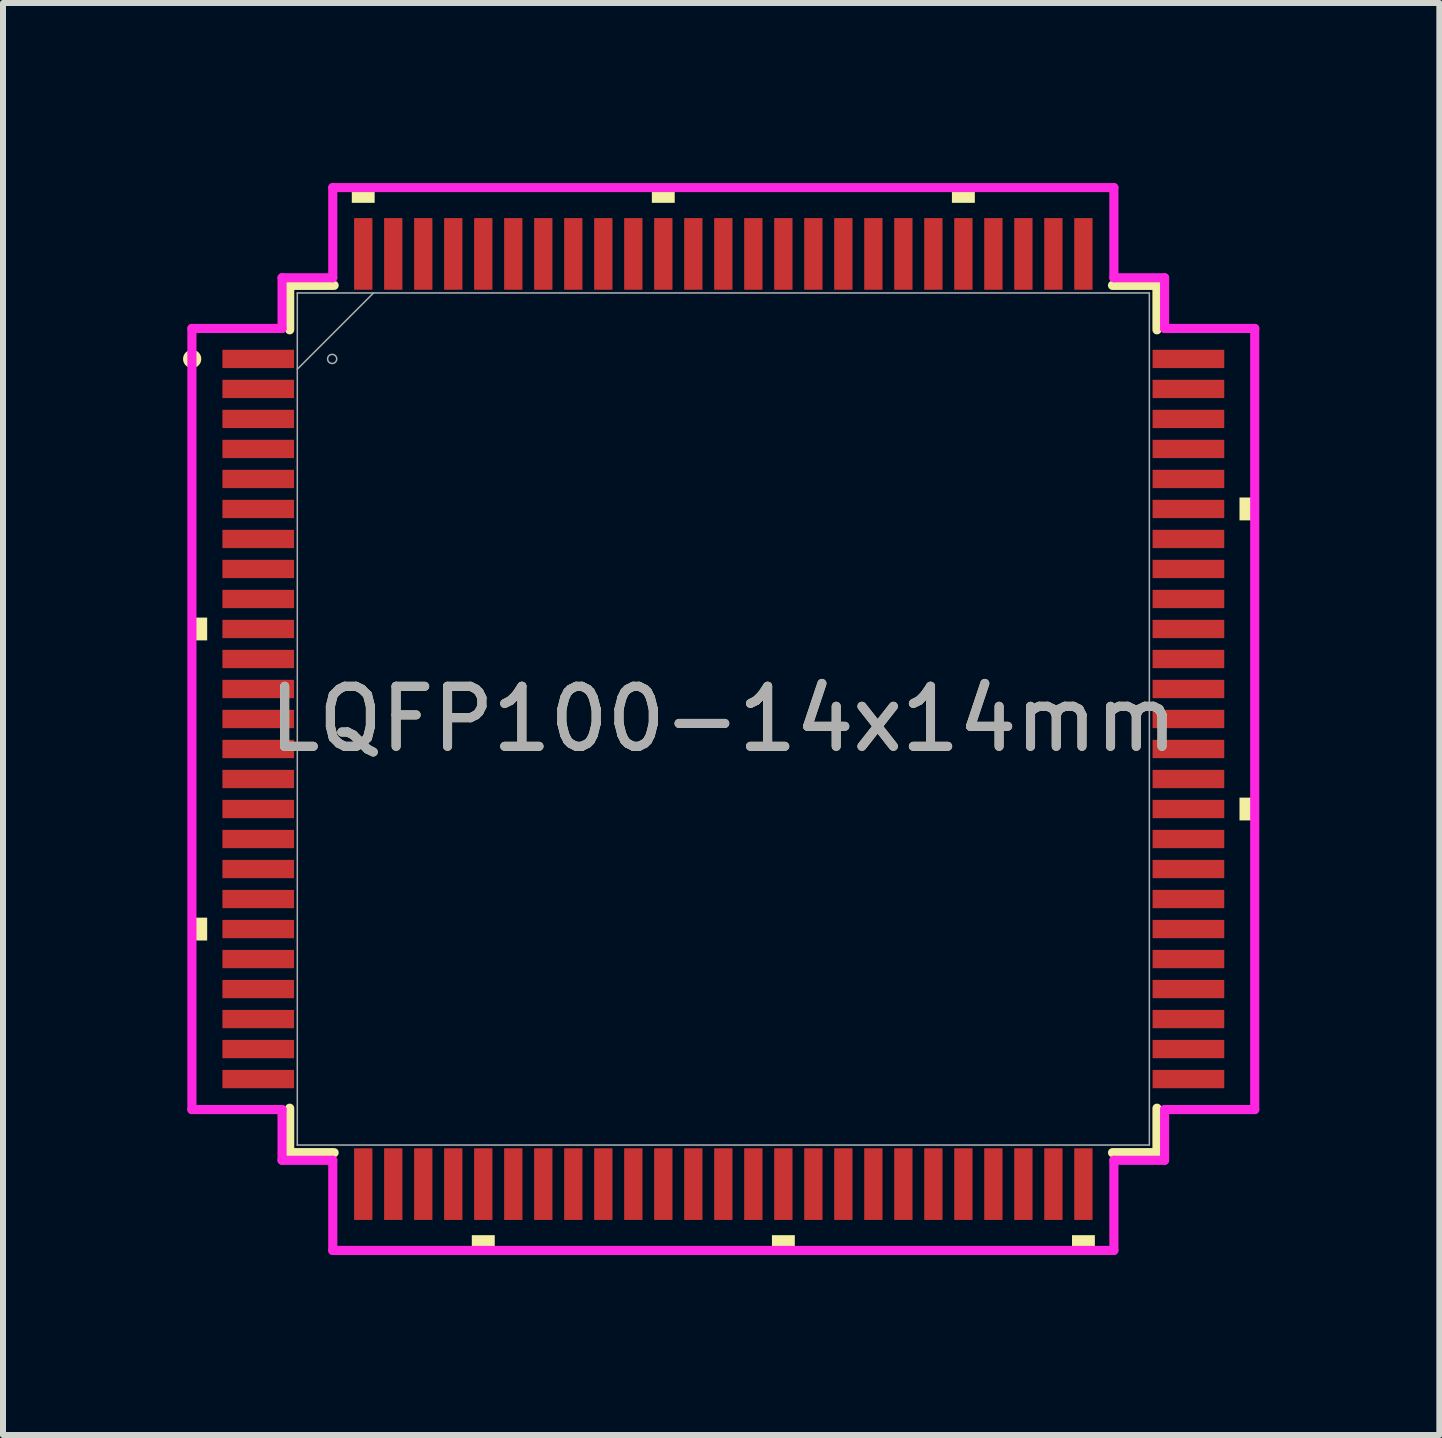
<source format=kicad_pcb>
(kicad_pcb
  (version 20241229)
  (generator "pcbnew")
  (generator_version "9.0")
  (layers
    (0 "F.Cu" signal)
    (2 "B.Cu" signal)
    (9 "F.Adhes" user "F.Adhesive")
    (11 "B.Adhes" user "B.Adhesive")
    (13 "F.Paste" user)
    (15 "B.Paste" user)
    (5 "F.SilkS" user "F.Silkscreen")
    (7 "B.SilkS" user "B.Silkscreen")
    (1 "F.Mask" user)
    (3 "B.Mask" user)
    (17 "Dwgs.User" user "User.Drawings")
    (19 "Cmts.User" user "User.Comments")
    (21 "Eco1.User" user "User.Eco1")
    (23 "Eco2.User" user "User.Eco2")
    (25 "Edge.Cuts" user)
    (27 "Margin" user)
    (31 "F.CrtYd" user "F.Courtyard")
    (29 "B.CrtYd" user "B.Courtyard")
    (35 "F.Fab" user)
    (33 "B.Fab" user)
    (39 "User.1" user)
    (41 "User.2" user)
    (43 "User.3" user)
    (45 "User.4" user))
  (footprint "LQFP100-14x14mm"
    (layer "F.Cu")
    (at 9.003 8.931)
    (property "Reference" "LQFP100-14x14mm" (at 0 0 0) (unlocked yes) (layer "F.SilkS") (effects (font (size 1 1) (thickness 0.15))))
    (attr smd)
    (fp_line (start -7.226 -7.226) (end -7.226 -6.485) (stroke (width 0.152) (type solid)) (layer "F.SilkS"))
    (fp_line (start -7.226 6.485) (end -7.226 7.226) (stroke (width 0.152) (type solid)) (layer "F.SilkS"))
    (fp_line (start -7.226 7.226) (end -6.485 7.226) (stroke (width 0.152) (type solid)) (layer "F.SilkS"))
    (fp_line (start -6.485 -7.226) (end -7.226 -7.226) (stroke (width 0.152) (type solid)) (layer "F.SilkS"))
    (fp_line (start 6.485 7.226) (end 7.226 7.226) (stroke (width 0.152) (type solid)) (layer "F.SilkS"))
    (fp_line (start 7.226 -7.226) (end 6.485 -7.226) (stroke (width 0.152) (type solid)) (layer "F.SilkS"))
    (fp_line (start 7.226 -6.485) (end 7.226 -7.226) (stroke (width 0.152) (type solid)) (layer "F.SilkS"))
    (fp_line (start 7.226 7.226) (end 7.226 6.485) (stroke (width 0.152) (type solid)) (layer "F.SilkS"))
    (fp_circle (center -8.851 -6) (end -8.775 -6) (stroke (width 0.152) (type solid)) (fill no) (layer "F.SilkS"))
    (fp_poly (pts (xy -8.855 -1.69) (xy -8.855 -1.31) (xy -8.601 -1.31) (xy -8.601 -1.69)) (stroke (width 0) (type solid)) (fill yes) (layer "F.SilkS"))
    (fp_poly (pts (xy -8.855 3.31) (xy -8.855 3.691) (xy -8.601 3.691) (xy -8.601 3.31)) (stroke (width 0) (type solid)) (fill yes) (layer "F.SilkS"))
    (fp_poly (pts (xy -6.191 -8.601) (xy -6.191 -8.855) (xy -5.81 -8.855) (xy -5.81 -8.601)) (stroke (width 0) (type solid)) (fill yes) (layer "F.SilkS"))
    (fp_poly (pts (xy -4.191 8.601) (xy -4.191 8.855) (xy -3.809 8.855) (xy -3.809 8.601)) (stroke (width 0) (type solid)) (fill yes) (layer "F.SilkS"))
    (fp_poly (pts (xy -1.191 -8.601) (xy -1.191 -8.855) (xy -0.81 -8.855) (xy -0.81 -8.601)) (stroke (width 0) (type solid)) (fill yes) (layer "F.SilkS"))
    (fp_poly (pts (xy 0.81 8.601) (xy 0.81 8.855) (xy 1.191 8.855) (xy 1.191 8.601)) (stroke (width 0) (type solid)) (fill yes) (layer "F.SilkS"))
    (fp_poly (pts (xy 3.809 -8.601) (xy 3.809 -8.855) (xy 4.191 -8.855) (xy 4.191 -8.601)) (stroke (width 0) (type solid)) (fill yes) (layer "F.SilkS"))
    (fp_poly (pts (xy 5.81 8.601) (xy 5.81 8.855) (xy 6.191 8.855) (xy 6.191 8.601)) (stroke (width 0) (type solid)) (fill yes) (layer "F.SilkS"))
    (fp_poly (pts (xy 8.855 -3.691) (xy 8.855 -3.31) (xy 8.601 -3.31) (xy 8.601 -3.691)) (stroke (width 0) (type solid)) (fill yes) (layer "F.SilkS"))
    (fp_poly (pts (xy 8.855 1.31) (xy 8.855 1.69) (xy 8.601 1.69) (xy 8.601 1.31)) (stroke (width 0) (type solid)) (fill yes) (layer "F.SilkS"))
    (fp_line (start -8.855 -6.508) (end -7.353 -6.508) (stroke (width 0.152) (type solid)) (layer "F.CrtYd"))
    (fp_line (start -8.855 6.508) (end -8.855 -6.508) (stroke (width 0.152) (type solid)) (layer "F.CrtYd"))
    (fp_line (start -7.353 -7.353) (end -6.508 -7.353) (stroke (width 0.152) (type solid)) (layer "F.CrtYd"))
    (fp_line (start -7.353 -6.508) (end -7.353 -7.353) (stroke (width 0.152) (type solid)) (layer "F.CrtYd"))
    (fp_line (start -7.353 6.508) (end -8.855 6.508) (stroke (width 0.152) (type solid)) (layer "F.CrtYd"))
    (fp_line (start -7.353 7.353) (end -7.353 6.508) (stroke (width 0.152) (type solid)) (layer "F.CrtYd"))
    (fp_line (start -6.508 -8.855) (end 6.508 -8.855) (stroke (width 0.152) (type solid)) (layer "F.CrtYd"))
    (fp_line (start -6.508 -7.353) (end -6.508 -8.855) (stroke (width 0.152) (type solid)) (layer "F.CrtYd"))
    (fp_line (start -6.508 7.353) (end -7.353 7.353) (stroke (width 0.152) (type solid)) (layer "F.CrtYd"))
    (fp_line (start -6.508 8.855) (end -6.508 7.353) (stroke (width 0.152) (type solid)) (layer "F.CrtYd"))
    (fp_line (start 6.508 -8.855) (end 6.508 -7.353) (stroke (width 0.152) (type solid)) (layer "F.CrtYd"))
    (fp_line (start 6.508 -7.353) (end 7.353 -7.353) (stroke (width 0.152) (type solid)) (layer "F.CrtYd"))
    (fp_line (start 6.508 7.353) (end 6.508 8.855) (stroke (width 0.152) (type solid)) (layer "F.CrtYd"))
    (fp_line (start 6.508 8.855) (end -6.508 8.855) (stroke (width 0.152) (type solid)) (layer "F.CrtYd"))
    (fp_line (start 7.353 -7.353) (end 7.353 -6.508) (stroke (width 0.152) (type solid)) (layer "F.CrtYd"))
    (fp_line (start 7.353 -6.508) (end 8.855 -6.508) (stroke (width 0.152) (type solid)) (layer "F.CrtYd"))
    (fp_line (start 7.353 6.508) (end 7.353 7.353) (stroke (width 0.152) (type solid)) (layer "F.CrtYd"))
    (fp_line (start 7.353 7.353) (end 6.508 7.353) (stroke (width 0.152) (type solid)) (layer "F.CrtYd"))
    (fp_line (start 8.855 -6.508) (end 8.855 6.508) (stroke (width 0.152) (type solid)) (layer "F.CrtYd"))
    (fp_line (start 8.855 6.508) (end 7.353 6.508) (stroke (width 0.152) (type solid)) (layer "F.CrtYd"))
    (fp_line (start -7.099 -7.099) (end -7.099 7.099) (stroke (width 0.025) (type solid)) (layer "F.Fab"))
    (fp_line (start -7.099 -5.829) (end -5.829 -7.099) (stroke (width 0.025) (type solid)) (layer "F.Fab"))
    (fp_line (start -7.099 7.099) (end 7.099 7.099) (stroke (width 0.025) (type solid)) (layer "F.Fab"))
    (fp_line (start 7.099 -7.099) (end -7.099 -7.099) (stroke (width 0.025) (type solid)) (layer "F.Fab"))
    (fp_line (start 7.099 7.099) (end 7.099 -7.099) (stroke (width 0.025) (type solid)) (layer "F.Fab"))
    (fp_circle (center -6.518 -6) (end -6.442 -6) (stroke (width 0.025) (type solid)) (fill no) (layer "F.Fab"))
    (fp_text user "${REFERENCE}" (at 0 0 0) (unlocked yes) (layer "F.Fab") (effects (font (size 1 1) (thickness 0.15))))
    (pad "1" smd rect (at -7.75 -6) (size 1.194 0.305) (layers "F.Cu" "F.Mask" "F.Paste"))
    (pad "2" smd rect (at -7.75 -5.5) (size 1.194 0.305) (layers "F.Cu" "F.Mask" "F.Paste"))
    (pad "3" smd rect (at -7.75 -5) (size 1.194 0.305) (layers "F.Cu" "F.Mask" "F.Paste"))
    (pad "4" smd rect (at -7.75 -4.5) (size 1.194 0.305) (layers "F.Cu" "F.Mask" "F.Paste"))
    (pad "5" smd rect (at -7.75 -4) (size 1.194 0.305) (layers "F.Cu" "F.Mask" "F.Paste"))
    (pad "6" smd rect (at -7.75 -3.5) (size 1.194 0.305) (layers "F.Cu" "F.Mask" "F.Paste"))
    (pad "7" smd rect (at -7.75 -3) (size 1.194 0.305) (layers "F.Cu" "F.Mask" "F.Paste"))
    (pad "8" smd rect (at -7.75 -2.5) (size 1.194 0.305) (layers "F.Cu" "F.Mask" "F.Paste"))
    (pad "9" smd rect (at -7.75 -2) (size 1.194 0.305) (layers "F.Cu" "F.Mask" "F.Paste"))
    (pad "10" smd rect (at -7.75 -1.5) (size 1.194 0.305) (layers "F.Cu" "F.Mask" "F.Paste"))
    (pad "11" smd rect (at -7.75 -1) (size 1.194 0.305) (layers "F.Cu" "F.Mask" "F.Paste"))
    (pad "12" smd rect (at -7.75 -0.5) (size 1.194 0.305) (layers "F.Cu" "F.Mask" "F.Paste"))
    (pad "13" smd rect (at -7.75 0) (size 1.194 0.305) (layers "F.Cu" "F.Mask" "F.Paste"))
    (pad "14" smd rect (at -7.75 0.5) (size 1.194 0.305) (layers "F.Cu" "F.Mask" "F.Paste"))
    (pad "15" smd rect (at -7.75 1) (size 1.194 0.305) (layers "F.Cu" "F.Mask" "F.Paste"))
    (pad "16" smd rect (at -7.75 1.5) (size 1.194 0.305) (layers "F.Cu" "F.Mask" "F.Paste"))
    (pad "17" smd rect (at -7.75 2) (size 1.194 0.305) (layers "F.Cu" "F.Mask" "F.Paste"))
    (pad "18" smd rect (at -7.75 2.5) (size 1.194 0.305) (layers "F.Cu" "F.Mask" "F.Paste"))
    (pad "19" smd rect (at -7.75 3) (size 1.194 0.305) (layers "F.Cu" "F.Mask" "F.Paste"))
    (pad "20" smd rect (at -7.75 3.5) (size 1.194 0.305) (layers "F.Cu" "F.Mask" "F.Paste"))
    (pad "21" smd rect (at -7.75 4) (size 1.194 0.305) (layers "F.Cu" "F.Mask" "F.Paste"))
    (pad "22" smd rect (at -7.75 4.5) (size 1.194 0.305) (layers "F.Cu" "F.Mask" "F.Paste"))
    (pad "23" smd rect (at -7.75 5) (size 1.194 0.305) (layers "F.Cu" "F.Mask" "F.Paste"))
    (pad "24" smd rect (at -7.75 5.5) (size 1.194 0.305) (layers "F.Cu" "F.Mask" "F.Paste"))
    (pad "25" smd rect (at -7.75 6) (size 1.194 0.305) (layers "F.Cu" "F.Mask" "F.Paste"))
    (pad "26" smd rect (at -6 7.75 90) (size 1.194 0.305) (layers "F.Cu" "F.Mask" "F.Paste"))
    (pad "27" smd rect (at -5.5 7.75 90) (size 1.194 0.305) (layers "F.Cu" "F.Mask" "F.Paste"))
    (pad "28" smd rect (at -5 7.75 90) (size 1.194 0.305) (layers "F.Cu" "F.Mask" "F.Paste"))
    (pad "29" smd rect (at -4.5 7.75 90) (size 1.194 0.305) (layers "F.Cu" "F.Mask" "F.Paste"))
    (pad "30" smd rect (at -4 7.75 90) (size 1.194 0.305) (layers "F.Cu" "F.Mask" "F.Paste"))
    (pad "31" smd rect (at -3.5 7.75 90) (size 1.194 0.305) (layers "F.Cu" "F.Mask" "F.Paste"))
    (pad "32" smd rect (at -3 7.75 90) (size 1.194 0.305) (layers "F.Cu" "F.Mask" "F.Paste"))
    (pad "33" smd rect (at -2.5 7.75 90) (size 1.194 0.305) (layers "F.Cu" "F.Mask" "F.Paste"))
    (pad "34" smd rect (at -2 7.75 90) (size 1.194 0.305) (layers "F.Cu" "F.Mask" "F.Paste"))
    (pad "35" smd rect (at -1.5 7.75 90) (size 1.194 0.305) (layers "F.Cu" "F.Mask" "F.Paste"))
    (pad "36" smd rect (at -1 7.75 90) (size 1.194 0.305) (layers "F.Cu" "F.Mask" "F.Paste"))
    (pad "37" smd rect (at -0.5 7.75 90) (size 1.194 0.305) (layers "F.Cu" "F.Mask" "F.Paste"))
    (pad "38" smd rect (at 0 7.75 90) (size 1.194 0.305) (layers "F.Cu" "F.Mask" "F.Paste"))
    (pad "39" smd rect (at 0.5 7.75 90) (size 1.194 0.305) (layers "F.Cu" "F.Mask" "F.Paste"))
    (pad "40" smd rect (at 1 7.75 90) (size 1.194 0.305) (layers "F.Cu" "F.Mask" "F.Paste"))
    (pad "41" smd rect (at 1.5 7.75 90) (size 1.194 0.305) (layers "F.Cu" "F.Mask" "F.Paste"))
    (pad "42" smd rect (at 2 7.75 90) (size 1.194 0.305) (layers "F.Cu" "F.Mask" "F.Paste"))
    (pad "43" smd rect (at 2.5 7.75 90) (size 1.194 0.305) (layers "F.Cu" "F.Mask" "F.Paste"))
    (pad "44" smd rect (at 3 7.75 90) (size 1.194 0.305) (layers "F.Cu" "F.Mask" "F.Paste"))
    (pad "45" smd rect (at 3.5 7.75 90) (size 1.194 0.305) (layers "F.Cu" "F.Mask" "F.Paste"))
    (pad "46" smd rect (at 4 7.75 90) (size 1.194 0.305) (layers "F.Cu" "F.Mask" "F.Paste"))
    (pad "47" smd rect (at 4.5 7.75 90) (size 1.194 0.305) (layers "F.Cu" "F.Mask" "F.Paste"))
    (pad "48" smd rect (at 5 7.75 90) (size 1.194 0.305) (layers "F.Cu" "F.Mask" "F.Paste"))
    (pad "49" smd rect (at 5.5 7.75 90) (size 1.194 0.305) (layers "F.Cu" "F.Mask" "F.Paste"))
    (pad "50" smd rect (at 6 7.75 90) (size 1.194 0.305) (layers "F.Cu" "F.Mask" "F.Paste"))
    (pad "51" smd rect (at 7.75 6) (size 1.194 0.305) (layers "F.Cu" "F.Mask" "F.Paste"))
    (pad "52" smd rect (at 7.75 5.5) (size 1.194 0.305) (layers "F.Cu" "F.Mask" "F.Paste"))
    (pad "53" smd rect (at 7.75 5) (size 1.194 0.305) (layers "F.Cu" "F.Mask" "F.Paste"))
    (pad "54" smd rect (at 7.75 4.5) (size 1.194 0.305) (layers "F.Cu" "F.Mask" "F.Paste"))
    (pad "55" smd rect (at 7.75 4) (size 1.194 0.305) (layers "F.Cu" "F.Mask" "F.Paste"))
    (pad "56" smd rect (at 7.75 3.5) (size 1.194 0.305) (layers "F.Cu" "F.Mask" "F.Paste"))
    (pad "57" smd rect (at 7.75 3) (size 1.194 0.305) (layers "F.Cu" "F.Mask" "F.Paste"))
    (pad "58" smd rect (at 7.75 2.5) (size 1.194 0.305) (layers "F.Cu" "F.Mask" "F.Paste"))
    (pad "59" smd rect (at 7.75 2) (size 1.194 0.305) (layers "F.Cu" "F.Mask" "F.Paste"))
    (pad "60" smd rect (at 7.75 1.5) (size 1.194 0.305) (layers "F.Cu" "F.Mask" "F.Paste"))
    (pad "61" smd rect (at 7.75 1) (size 1.194 0.305) (layers "F.Cu" "F.Mask" "F.Paste"))
    (pad "62" smd rect (at 7.75 0.5) (size 1.194 0.305) (layers "F.Cu" "F.Mask" "F.Paste"))
    (pad "63" smd rect (at 7.75 0) (size 1.194 0.305) (layers "F.Cu" "F.Mask" "F.Paste"))
    (pad "64" smd rect (at 7.75 -0.5) (size 1.194 0.305) (layers "F.Cu" "F.Mask" "F.Paste"))
    (pad "65" smd rect (at 7.75 -1) (size 1.194 0.305) (layers "F.Cu" "F.Mask" "F.Paste"))
    (pad "66" smd rect (at 7.75 -1.5) (size 1.194 0.305) (layers "F.Cu" "F.Mask" "F.Paste"))
    (pad "67" smd rect (at 7.75 -2) (size 1.194 0.305) (layers "F.Cu" "F.Mask" "F.Paste"))
    (pad "68" smd rect (at 7.75 -2.5) (size 1.194 0.305) (layers "F.Cu" "F.Mask" "F.Paste"))
    (pad "69" smd rect (at 7.75 -3) (size 1.194 0.305) (layers "F.Cu" "F.Mask" "F.Paste"))
    (pad "70" smd rect (at 7.75 -3.5) (size 1.194 0.305) (layers "F.Cu" "F.Mask" "F.Paste"))
    (pad "71" smd rect (at 7.75 -4) (size 1.194 0.305) (layers "F.Cu" "F.Mask" "F.Paste"))
    (pad "72" smd rect (at 7.75 -4.5) (size 1.194 0.305) (layers "F.Cu" "F.Mask" "F.Paste"))
    (pad "73" smd rect (at 7.75 -5) (size 1.194 0.305) (layers "F.Cu" "F.Mask" "F.Paste"))
    (pad "74" smd rect (at 7.75 -5.5) (size 1.194 0.305) (layers "F.Cu" "F.Mask" "F.Paste"))
    (pad "75" smd rect (at 7.75 -6) (size 1.194 0.305) (layers "F.Cu" "F.Mask" "F.Paste"))
    (pad "76" smd rect (at 6 -7.75 90) (size 1.194 0.305) (layers "F.Cu" "F.Mask" "F.Paste"))
    (pad "77" smd rect (at 5.5 -7.75 90) (size 1.194 0.305) (layers "F.Cu" "F.Mask" "F.Paste"))
    (pad "78" smd rect (at 5 -7.75 90) (size 1.194 0.305) (layers "F.Cu" "F.Mask" "F.Paste"))
    (pad "79" smd rect (at 4.5 -7.75 90) (size 1.194 0.305) (layers "F.Cu" "F.Mask" "F.Paste"))
    (pad "80" smd rect (at 4 -7.75 90) (size 1.194 0.305) (layers "F.Cu" "F.Mask" "F.Paste"))
    (pad "81" smd rect (at 3.5 -7.75 90) (size 1.194 0.305) (layers "F.Cu" "F.Mask" "F.Paste"))
    (pad "82" smd rect (at 3 -7.75 90) (size 1.194 0.305) (layers "F.Cu" "F.Mask" "F.Paste"))
    (pad "83" smd rect (at 2.5 -7.75 90) (size 1.194 0.305) (layers "F.Cu" "F.Mask" "F.Paste"))
    (pad "84" smd rect (at 2 -7.75 90) (size 1.194 0.305) (layers "F.Cu" "F.Mask" "F.Paste"))
    (pad "85" smd rect (at 1.5 -7.75 90) (size 1.194 0.305) (layers "F.Cu" "F.Mask" "F.Paste"))
    (pad "86" smd rect (at 1 -7.75 90) (size 1.194 0.305) (layers "F.Cu" "F.Mask" "F.Paste"))
    (pad "87" smd rect (at 0.5 -7.75 90) (size 1.194 0.305) (layers "F.Cu" "F.Mask" "F.Paste"))
    (pad "88" smd rect (at 0 -7.75 90) (size 1.194 0.305) (layers "F.Cu" "F.Mask" "F.Paste"))
    (pad "89" smd rect (at -0.5 -7.75 90) (size 1.194 0.305) (layers "F.Cu" "F.Mask" "F.Paste"))
    (pad "90" smd rect (at -1 -7.75 90) (size 1.194 0.305) (layers "F.Cu" "F.Mask" "F.Paste"))
    (pad "91" smd rect (at -1.5 -7.75 90) (size 1.194 0.305) (layers "F.Cu" "F.Mask" "F.Paste"))
    (pad "92" smd rect (at -2 -7.75 90) (size 1.194 0.305) (layers "F.Cu" "F.Mask" "F.Paste"))
    (pad "93" smd rect (at -2.5 -7.75 90) (size 1.194 0.305) (layers "F.Cu" "F.Mask" "F.Paste"))
    (pad "94" smd rect (at -3 -7.75 90) (size 1.194 0.305) (layers "F.Cu" "F.Mask" "F.Paste"))
    (pad "95" smd rect (at -3.5 -7.75 90) (size 1.194 0.305) (layers "F.Cu" "F.Mask" "F.Paste"))
    (pad "96" smd rect (at -4 -7.75 90) (size 1.194 0.305) (layers "F.Cu" "F.Mask" "F.Paste"))
    (pad "97" smd rect (at -4.5 -7.75 90) (size 1.194 0.305) (layers "F.Cu" "F.Mask" "F.Paste"))
    (pad "98" smd rect (at -5 -7.75 90) (size 1.194 0.305) (layers "F.Cu" "F.Mask" "F.Paste"))
    (pad "99" smd rect (at -5.5 -7.75 90) (size 1.194 0.305) (layers "F.Cu" "F.Mask" "F.Paste"))
    (pad "100" smd rect (at -6 -7.75 90) (size 1.194 0.305) (layers "F.Cu" "F.Mask" "F.Paste")))
  (gr_rect
    (start -3 -3)
    (end 20.934 20.862)
    (stroke (width 0.1) (type default))
    (fill no)
    (layer "Edge.Cuts")))
</source>
